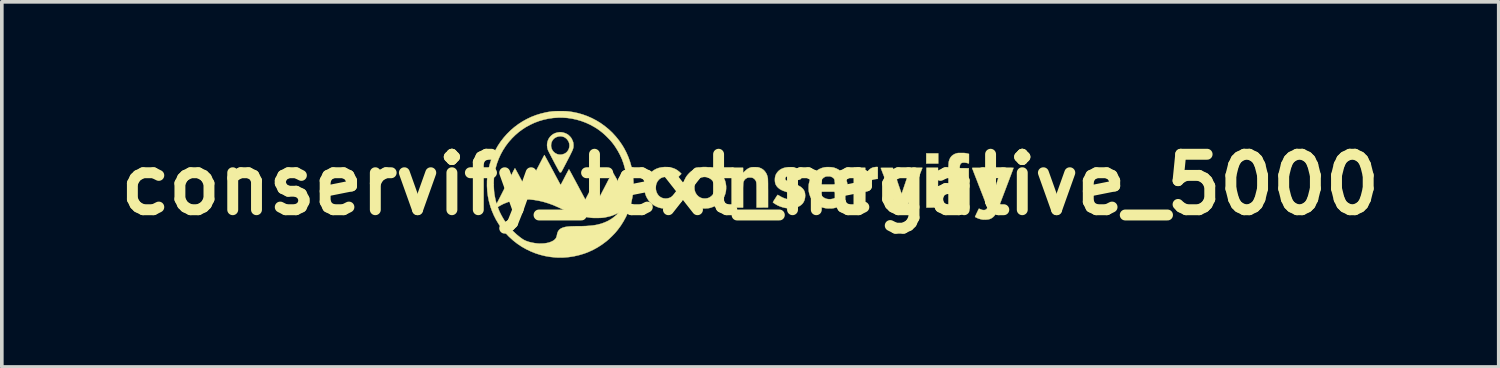
<source format=kicad_pcb>
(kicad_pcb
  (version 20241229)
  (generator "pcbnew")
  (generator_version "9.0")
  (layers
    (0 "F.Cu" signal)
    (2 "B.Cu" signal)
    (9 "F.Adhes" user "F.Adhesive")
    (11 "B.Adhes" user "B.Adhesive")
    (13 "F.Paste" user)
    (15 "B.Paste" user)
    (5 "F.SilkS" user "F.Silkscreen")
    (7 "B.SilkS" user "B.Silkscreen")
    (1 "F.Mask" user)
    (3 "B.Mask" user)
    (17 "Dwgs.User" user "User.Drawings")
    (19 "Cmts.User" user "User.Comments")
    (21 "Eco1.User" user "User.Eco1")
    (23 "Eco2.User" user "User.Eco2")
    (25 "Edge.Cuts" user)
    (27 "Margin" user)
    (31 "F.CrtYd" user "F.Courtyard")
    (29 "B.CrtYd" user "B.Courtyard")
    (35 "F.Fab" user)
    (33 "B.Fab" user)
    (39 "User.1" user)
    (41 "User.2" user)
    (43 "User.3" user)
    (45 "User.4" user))
  (footprint "conservify_text_negative_5000"
    (layer "F.Cu")
    (at 17.57 2.024)
    (property "Reference" "conservify_text_negative_5000" (at 0 0 0) (layer "F.SilkS") (effects (font (size 1.524 1.524) (thickness 0.3))))
    (attr through_hole)
    (fp_poly (pts (xy 5.166 -0.579) (xy 4.836 -0.579) (xy 4.836 -0.859) (xy 5.166 -0.859) (xy 5.166 -0.579)) (stroke (width 0.01) (type solid)) (fill yes) (layer "F.SilkS"))
    (fp_poly (pts (xy 5.158 0.083) (xy 5.156 0.627) (xy 4.999 0.629) (xy 4.841 0.63) (xy 4.841 -0.462) (xy 5 -0.462) (xy 5.159 -0.462) (xy 5.158 0.083)) (stroke (width 0.01) (type solid)) (fill yes) (layer "F.SilkS"))
    (fp_poly (pts (xy 3.492 -0.485) (xy 3.505 -0.481) (xy 3.505 -0.159) (xy 3.462 -0.155) (xy 3.402 -0.146) (xy 3.348 -0.13) (xy 3.3 -0.106) (xy 3.26 -0.075) (xy 3.226 -0.035) (xy 3.198 0.012) (xy 3.177 0.067) (xy 3.174 0.079) (xy 3.171 0.088) (xy 3.169 0.098) (xy 3.168 0.108) (xy 3.166 0.12) (xy 3.165 0.134) (xy 3.164 0.153) (xy 3.163 0.176) (xy 3.163 0.204) (xy 3.162 0.239) (xy 3.162 0.282) (xy 3.161 0.333) (xy 3.161 0.375) (xy 3.159 0.63) (xy 2.845 0.63) (xy 2.845 -0.462) (xy 3.16 -0.462) (xy 3.16 -0.262) (xy 3.177 -0.293) (xy 3.207 -0.341) (xy 3.241 -0.383) (xy 3.278 -0.419) (xy 3.317 -0.447) (xy 3.357 -0.466) (xy 3.368 -0.469) (xy 3.389 -0.475) (xy 3.413 -0.479) (xy 3.439 -0.483) (xy 3.463 -0.485) (xy 3.482 -0.486) (xy 3.492 -0.485)) (stroke (width 0.01) (type solid)) (fill yes) (layer "F.SilkS"))
    (fp_poly (pts (xy 5.801 -0.87) (xy 5.841 -0.87) (xy 5.873 -0.869) (xy 5.9 -0.867) (xy 5.926 -0.863) (xy 5.952 -0.858) (xy 5.981 -0.851) (xy 5.988 -0.849) (xy 6.01 -0.843) (xy 6.01 -0.71) (xy 6.01 -0.67) (xy 6.009 -0.639) (xy 6.009 -0.616) (xy 6.008 -0.6) (xy 6.007 -0.59) (xy 6.006 -0.584) (xy 6.004 -0.581) (xy 6.002 -0.581) (xy 6.001 -0.582) (xy 5.974 -0.59) (xy 5.942 -0.598) (xy 5.908 -0.603) (xy 5.877 -0.606) (xy 5.84 -0.604) (xy 5.81 -0.596) (xy 5.788 -0.581) (xy 5.772 -0.559) (xy 5.762 -0.529) (xy 5.757 -0.494) (xy 5.754 -0.452) (xy 5.88 -0.451) (xy 6.005 -0.45) (xy 6.005 -0.196) (xy 5.883 -0.194) (xy 5.761 -0.193) (xy 5.761 0.63) (xy 5.446 0.63) (xy 5.446 -0.193) (xy 5.319 -0.193) (xy 5.319 -0.452) (xy 5.444 -0.452) (xy 5.447 -0.527) (xy 5.449 -0.56) (xy 5.451 -0.592) (xy 5.455 -0.62) (xy 5.458 -0.64) (xy 5.475 -0.694) (xy 5.499 -0.741) (xy 5.53 -0.781) (xy 5.569 -0.814) (xy 5.615 -0.841) (xy 5.669 -0.86) (xy 5.669 -0.86) (xy 5.684 -0.864) (xy 5.7 -0.867) (xy 5.717 -0.869) (xy 5.738 -0.87) (xy 5.765 -0.87) (xy 5.801 -0.87) (xy 5.801 -0.87)) (stroke (width 0.01) (type solid)) (fill yes) (layer "F.SilkS"))
    (fp_poly (pts (xy 4.718 -0.433) (xy 4.715 -0.424) (xy 4.708 -0.407) (xy 4.698 -0.381) (xy 4.685 -0.348) (xy 4.669 -0.308) (xy 4.651 -0.262) (xy 4.631 -0.211) (xy 4.609 -0.154) (xy 4.585 -0.093) (xy 4.56 -0.028) (xy 4.534 0.039) (xy 4.506 0.109) (xy 4.503 0.117) (xy 4.3 0.638) (xy 4.156 0.639) (xy 4.114 0.639) (xy 4.081 0.639) (xy 4.056 0.639) (xy 4.038 0.639) (xy 4.025 0.638) (xy 4.017 0.637) (xy 4.013 0.635) (xy 4.01 0.633) (xy 4.01 0.631) (xy 4.007 0.625) (xy 4.002 0.611) (xy 3.993 0.588) (xy 3.981 0.557) (xy 3.966 0.52) (xy 3.949 0.476) (xy 3.93 0.426) (xy 3.908 0.371) (xy 3.885 0.311) (xy 3.86 0.247) (xy 3.834 0.18) (xy 3.807 0.111) (xy 3.796 0.085) (xy 3.769 0.014) (xy 3.742 -0.054) (xy 3.717 -0.119) (xy 3.694 -0.18) (xy 3.672 -0.236) (xy 3.652 -0.287) (xy 3.634 -0.333) (xy 3.619 -0.373) (xy 3.606 -0.406) (xy 3.596 -0.431) (xy 3.59 -0.448) (xy 3.587 -0.457) (xy 3.586 -0.458) (xy 3.591 -0.459) (xy 3.606 -0.46) (xy 3.629 -0.461) (xy 3.659 -0.461) (xy 3.696 -0.461) (xy 3.74 -0.461) (xy 3.752 -0.461) (xy 3.918 -0.46) (xy 4.038 -0.102) (xy 4.059 -0.037) (xy 4.079 0.022) (xy 4.098 0.076) (xy 4.114 0.124) (xy 4.128 0.164) (xy 4.14 0.197) (xy 4.149 0.223) (xy 4.156 0.24) (xy 4.16 0.248) (xy 4.16 0.248) (xy 4.163 0.243) (xy 4.168 0.228) (xy 4.176 0.205) (xy 4.186 0.175) (xy 4.198 0.138) (xy 4.213 0.096) (xy 4.229 0.048) (xy 4.246 -0.003) (xy 4.265 -0.058) (xy 4.282 -0.11) (xy 4.401 -0.462) (xy 4.729 -0.462) (xy 4.718 -0.433)) (stroke (width 0.01) (type solid)) (fill yes) (layer "F.SilkS"))
    (fp_poly (pts (xy 0.153 -0.48) (xy 0.178 -0.479) (xy 0.197 -0.478) (xy 0.213 -0.476) (xy 0.228 -0.473) (xy 0.243 -0.468) (xy 0.244 -0.468) (xy 0.289 -0.451) (xy 0.328 -0.43) (xy 0.364 -0.403) (xy 0.379 -0.389) (xy 0.417 -0.344) (xy 0.447 -0.294) (xy 0.469 -0.236) (xy 0.482 -0.177) (xy 0.483 -0.165) (xy 0.484 -0.144) (xy 0.485 -0.113) (xy 0.486 -0.074) (xy 0.487 -0.026) (xy 0.487 0.029) (xy 0.487 0.092) (xy 0.488 0.162) (xy 0.488 0.239) (xy 0.488 0.241) (xy 0.488 0.627) (xy 0.33 0.629) (xy 0.173 0.63) (xy 0.173 0.298) (xy 0.173 0.229) (xy 0.173 0.169) (xy 0.172 0.118) (xy 0.172 0.074) (xy 0.172 0.038) (xy 0.171 0.007) (xy 0.17 -0.018) (xy 0.168 -0.038) (xy 0.166 -0.055) (xy 0.164 -0.068) (xy 0.161 -0.08) (xy 0.158 -0.09) (xy 0.154 -0.099) (xy 0.149 -0.109) (xy 0.147 -0.112) (xy 0.127 -0.141) (xy 0.1 -0.166) (xy 0.072 -0.182) (xy 0.057 -0.188) (xy 0.044 -0.192) (xy 0.028 -0.195) (xy 0.008 -0.195) (xy -0.01 -0.196) (xy -0.036 -0.195) (xy -0.054 -0.194) (xy -0.068 -0.191) (xy -0.082 -0.187) (xy -0.092 -0.182) (xy -0.126 -0.162) (xy -0.152 -0.138) (xy -0.169 -0.113) (xy -0.175 -0.103) (xy -0.179 -0.093) (xy -0.184 -0.083) (xy -0.187 -0.072) (xy -0.19 -0.059) (xy -0.192 -0.044) (xy -0.194 -0.026) (xy -0.195 -0.003) (xy -0.196 0.024) (xy -0.197 0.058) (xy -0.198 0.098) (xy -0.198 0.145) (xy -0.198 0.2) (xy -0.198 0.265) (xy -0.198 0.301) (xy -0.198 0.63) (xy -0.513 0.63) (xy -0.513 -0.462) (xy -0.198 -0.462) (xy -0.198 -0.392) (xy -0.198 -0.323) (xy -0.148 -0.371) (xy -0.116 -0.401) (xy -0.087 -0.424) (xy -0.059 -0.442) (xy -0.029 -0.457) (xy -0.004 -0.466) (xy 0.01 -0.471) (xy 0.023 -0.475) (xy 0.036 -0.478) (xy 0.052 -0.479) (xy 0.072 -0.48) (xy 0.1 -0.48) (xy 0.119 -0.48) (xy 0.153 -0.48)) (stroke (width 0.01) (type solid)) (fill yes) (layer "F.SilkS"))
    (fp_poly (pts (xy -2.253 -0.48) (xy -2.183 -0.469) (xy -2.119 -0.452) (xy -2.06 -0.428) (xy -2.005 -0.395) (xy -1.952 -0.354) (xy -1.926 -0.33) (xy -1.894 -0.298) (xy -1.924 -0.267) (xy -1.937 -0.253) (xy -1.956 -0.234) (xy -1.978 -0.211) (xy -2.001 -0.186) (xy -2.021 -0.164) (xy -2.089 -0.092) (xy -2.124 -0.123) (xy -2.163 -0.156) (xy -2.2 -0.18) (xy -2.237 -0.197) (xy -2.277 -0.207) (xy -2.311 -0.211) (xy -2.362 -0.211) (xy -2.41 -0.201) (xy -2.455 -0.181) (xy -2.495 -0.153) (xy -2.516 -0.132) (xy -2.549 -0.091) (xy -2.573 -0.045) (xy -2.589 0.005) (xy -2.597 0.061) (xy -2.597 0.086) (xy -2.593 0.144) (xy -2.58 0.197) (xy -2.558 0.246) (xy -2.529 0.289) (xy -2.512 0.308) (xy -2.475 0.338) (xy -2.436 0.36) (xy -2.392 0.375) (xy -2.343 0.381) (xy -2.319 0.382) (xy -2.27 0.377) (xy -2.224 0.365) (xy -2.178 0.344) (xy -2.132 0.314) (xy -2.116 0.301) (xy -2.101 0.289) (xy -2.088 0.278) (xy -2.08 0.272) (xy -2.079 0.272) (xy -2.075 0.272) (xy -2.069 0.275) (xy -2.058 0.283) (xy -2.044 0.297) (xy -2.025 0.316) (xy -1.999 0.341) (xy -1.981 0.36) (xy -1.889 0.454) (xy -1.919 0.484) (xy -1.961 0.522) (xy -2.007 0.558) (xy -2.056 0.589) (xy -2.103 0.614) (xy -2.138 0.627) (xy -2.181 0.639) (xy -2.231 0.647) (xy -2.284 0.653) (xy -2.338 0.655) (xy -2.389 0.654) (xy -2.434 0.649) (xy -2.441 0.648) (xy -2.514 0.63) (xy -2.583 0.603) (xy -2.648 0.569) (xy -2.707 0.527) (xy -2.759 0.478) (xy -2.794 0.436) (xy -2.834 0.374) (xy -2.866 0.309) (xy -2.889 0.241) (xy -2.903 0.171) (xy -2.909 0.1) (xy -2.906 0.029) (xy -2.895 -0.041) (xy -2.876 -0.11) (xy -2.848 -0.175) (xy -2.813 -0.237) (xy -2.769 -0.294) (xy -2.718 -0.346) (xy -2.708 -0.354) (xy -2.649 -0.397) (xy -2.586 -0.432) (xy -2.519 -0.457) (xy -2.447 -0.474) (xy -2.371 -0.482) (xy -2.329 -0.483) (xy -2.253 -0.48)) (stroke (width 0.01) (type solid)) (fill yes) (layer "F.SilkS"))
    (fp_poly (pts (xy -1.207 -0.482) (xy -1.167 -0.479) (xy -1.139 -0.475) (xy -1.063 -0.456) (xy -0.992 -0.429) (xy -0.926 -0.394) (xy -0.866 -0.351) (xy -0.813 -0.302) (xy -0.767 -0.246) (xy -0.728 -0.185) (xy -0.698 -0.117) (xy -0.691 -0.099) (xy -0.674 -0.03) (xy -0.664 0.041) (xy -0.664 0.113) (xy -0.671 0.184) (xy -0.687 0.253) (xy -0.712 0.318) (xy -0.721 0.337) (xy -0.761 0.404) (xy -0.808 0.463) (xy -0.862 0.515) (xy -0.922 0.56) (xy -0.989 0.597) (xy -1.062 0.625) (xy -1.103 0.638) (xy -1.126 0.643) (xy -1.147 0.647) (xy -1.169 0.65) (xy -1.195 0.652) (xy -1.227 0.653) (xy -1.24 0.653) (xy -1.286 0.653) (xy -1.324 0.652) (xy -1.354 0.649) (xy -1.365 0.648) (xy -1.441 0.629) (xy -1.512 0.603) (xy -1.578 0.569) (xy -1.638 0.527) (xy -1.691 0.478) (xy -1.738 0.423) (xy -1.777 0.363) (xy -1.808 0.297) (xy -1.83 0.227) (xy -1.844 0.152) (xy -1.845 0.144) (xy -1.847 0.091) (xy -1.536 0.091) (xy -1.53 0.144) (xy -1.517 0.194) (xy -1.495 0.241) (xy -1.466 0.282) (xy -1.459 0.29) (xy -1.429 0.32) (xy -1.398 0.342) (xy -1.364 0.36) (xy -1.355 0.364) (xy -1.318 0.375) (xy -1.276 0.381) (xy -1.232 0.381) (xy -1.19 0.376) (xy -1.154 0.367) (xy -1.107 0.344) (xy -1.066 0.313) (xy -1.032 0.277) (xy -1.009 0.238) (xy -0.992 0.199) (xy -0.982 0.163) (xy -0.977 0.124) (xy -0.975 0.089) (xy -0.979 0.031) (xy -0.992 -0.021) (xy -1.013 -0.068) (xy -1.042 -0.11) (xy -1.06 -0.13) (xy -1.102 -0.164) (xy -1.147 -0.189) (xy -1.196 -0.205) (xy -1.246 -0.212) (xy -1.298 -0.209) (xy -1.35 -0.197) (xy -1.397 -0.178) (xy -1.419 -0.163) (xy -1.443 -0.143) (xy -1.466 -0.118) (xy -1.487 -0.092) (xy -1.502 -0.067) (xy -1.502 -0.066) (xy -1.522 -0.015) (xy -1.533 0.038) (xy -1.536 0.091) (xy -1.847 0.091) (xy -1.848 0.072) (xy -1.841 -0.001) (xy -1.825 -0.072) (xy -1.801 -0.141) (xy -1.768 -0.205) (xy -1.752 -0.229) (xy -1.731 -0.257) (xy -1.704 -0.288) (xy -1.675 -0.319) (xy -1.645 -0.347) (xy -1.621 -0.366) (xy -1.57 -0.4) (xy -1.512 -0.429) (xy -1.45 -0.453) (xy -1.387 -0.471) (xy -1.367 -0.476) (xy -1.333 -0.48) (xy -1.293 -0.483) (xy -1.25 -0.483) (xy -1.207 -0.482)) (stroke (width 0.01) (type solid)) (fill yes) (layer "F.SilkS"))
    (fp_poly (pts (xy -5.181 -1.439) (xy -5.126 -1.427) (xy -5.069 -1.406) (xy -5.055 -1.399) (xy -5.031 -1.386) (xy -5.01 -1.373) (xy -4.991 -1.358) (xy -4.97 -1.337) (xy -4.965 -1.333) (xy -4.945 -1.312) (xy -4.93 -1.294) (xy -4.917 -1.276) (xy -4.905 -1.253) (xy -4.898 -1.239) (xy -4.882 -1.204) (xy -4.871 -1.174) (xy -4.864 -1.147) (xy -4.861 -1.117) (xy -4.859 -1.083) (xy -4.859 -1.074) (xy -4.86 -1.057) (xy -4.861 -1.041) (xy -4.862 -1.026) (xy -4.865 -1.01) (xy -4.87 -0.992) (xy -4.876 -0.973) (xy -4.884 -0.951) (xy -4.895 -0.926) (xy -4.909 -0.896) (xy -4.926 -0.862) (xy -4.946 -0.821) (xy -4.969 -0.775) (xy -4.997 -0.721) (xy -5.029 -0.659) (xy -5.04 -0.638) (xy -5.066 -0.587) (xy -5.091 -0.54) (xy -5.114 -0.496) (xy -5.135 -0.456) (xy -5.154 -0.42) (xy -5.17 -0.391) (xy -5.182 -0.368) (xy -5.191 -0.352) (xy -5.195 -0.345) (xy -5.196 -0.344) (xy -5.208 -0.337) (xy -5.223 -0.336) (xy -5.237 -0.341) (xy -5.239 -0.342) (xy -5.244 -0.349) (xy -5.253 -0.364) (xy -5.265 -0.386) (xy -5.281 -0.415) (xy -5.299 -0.449) (xy -5.32 -0.487) (xy -5.342 -0.528) (xy -5.366 -0.572) (xy -5.39 -0.618) (xy -5.414 -0.664) (xy -5.438 -0.71) (xy -5.462 -0.755) (xy -5.484 -0.798) (xy -5.504 -0.837) (xy -5.523 -0.873) (xy -5.538 -0.903) (xy -5.55 -0.928) (xy -5.559 -0.946) (xy -5.563 -0.956) (xy -5.579 -1.018) (xy -5.585 -1.078) (xy -5.585 -1.087) (xy -5.475 -1.087) (xy -5.473 -1.04) (xy -5.462 -0.995) (xy -5.443 -0.954) (xy -5.418 -0.917) (xy -5.387 -0.885) (xy -5.35 -0.859) (xy -5.309 -0.839) (xy -5.265 -0.827) (xy -5.217 -0.824) (xy -5.168 -0.829) (xy -5.162 -0.831) (xy -5.114 -0.847) (xy -5.071 -0.871) (xy -5.036 -0.903) (xy -5.007 -0.941) (xy -4.986 -0.985) (xy -4.973 -1.035) (xy -4.973 -1.039) (xy -4.97 -1.088) (xy -4.977 -1.135) (xy -4.992 -1.179) (xy -5.015 -1.218) (xy -5.043 -1.253) (xy -5.077 -1.283) (xy -5.116 -1.306) (xy -5.159 -1.321) (xy -5.205 -1.329) (xy -5.252 -1.327) (xy -5.271 -1.324) (xy -5.321 -1.309) (xy -5.366 -1.287) (xy -5.403 -1.257) (xy -5.433 -1.22) (xy -5.456 -1.177) (xy -5.469 -1.137) (xy -5.475 -1.087) (xy -5.585 -1.087) (xy -5.582 -1.137) (xy -5.569 -1.194) (xy -5.546 -1.249) (xy -5.537 -1.266) (xy -5.503 -1.314) (xy -5.462 -1.355) (xy -5.415 -1.389) (xy -5.364 -1.414) (xy -5.352 -1.418) (xy -5.293 -1.434) (xy -5.236 -1.441) (xy -5.181 -1.439)) (stroke (width 0.01) (type solid)) (fill yes) (layer "F.SilkS"))
    (fp_poly (pts (xy 7.11 -0.462) (xy 7.146 -0.462) (xy 7.177 -0.462) (xy 7.203 -0.461) (xy 7.222 -0.461) (xy 7.232 -0.461) (xy 7.234 -0.46) (xy 7.232 -0.454) (xy 7.227 -0.44) (xy 7.219 -0.417) (xy 7.208 -0.387) (xy 7.194 -0.35) (xy 7.178 -0.308) (xy 7.16 -0.259) (xy 7.14 -0.207) (xy 7.119 -0.15) (xy 7.096 -0.09) (xy 7.072 -0.027) (xy 7.048 0.037) (xy 7.023 0.103) (xy 6.998 0.169) (xy 6.973 0.235) (xy 6.948 0.3) (xy 6.924 0.363) (xy 6.901 0.424) (xy 6.879 0.482) (xy 6.858 0.537) (xy 6.839 0.587) (xy 6.821 0.632) (xy 6.806 0.671) (xy 6.793 0.704) (xy 6.783 0.729) (xy 6.776 0.747) (xy 6.772 0.756) (xy 6.772 0.757) (xy 6.74 0.813) (xy 6.705 0.86) (xy 6.667 0.897) (xy 6.626 0.925) (xy 6.581 0.945) (xy 6.556 0.952) (xy 6.519 0.958) (xy 6.477 0.961) (xy 6.434 0.962) (xy 6.395 0.961) (xy 6.386 0.96) (xy 6.333 0.95) (xy 6.28 0.935) (xy 6.264 0.929) (xy 6.242 0.92) (xy 6.221 0.91) (xy 6.202 0.901) (xy 6.187 0.893) (xy 6.179 0.887) (xy 6.177 0.885) (xy 6.179 0.879) (xy 6.185 0.865) (xy 6.194 0.846) (xy 6.205 0.822) (xy 6.217 0.795) (xy 6.23 0.768) (xy 6.244 0.74) (xy 6.256 0.714) (xy 6.267 0.692) (xy 6.276 0.675) (xy 6.282 0.664) (xy 6.285 0.66) (xy 6.292 0.663) (xy 6.304 0.668) (xy 6.315 0.673) (xy 6.356 0.69) (xy 6.396 0.699) (xy 6.434 0.699) (xy 6.454 0.695) (xy 6.471 0.688) (xy 6.488 0.675) (xy 6.503 0.659) (xy 6.513 0.644) (xy 6.515 0.639) (xy 6.514 0.632) (xy 6.509 0.616) (xy 6.5 0.59) (xy 6.487 0.555) (xy 6.47 0.51) (xy 6.45 0.456) (xy 6.426 0.393) (xy 6.398 0.32) (xy 6.366 0.238) (xy 6.33 0.147) (xy 6.307 0.087) (xy 6.279 0.016) (xy 6.253 -0.052) (xy 6.228 -0.117) (xy 6.204 -0.178) (xy 6.182 -0.234) (xy 6.162 -0.286) (xy 6.144 -0.332) (xy 6.129 -0.372) (xy 6.116 -0.405) (xy 6.106 -0.43) (xy 6.1 -0.448) (xy 6.096 -0.457) (xy 6.096 -0.458) (xy 6.101 -0.459) (xy 6.115 -0.46) (xy 6.138 -0.461) (xy 6.169 -0.461) (xy 6.206 -0.461) (xy 6.25 -0.461) (xy 6.262 -0.461) (xy 6.428 -0.46) (xy 6.55 -0.095) (xy 6.671 0.271) (xy 6.754 0.012) (xy 6.772 -0.041) (xy 6.789 -0.096) (xy 6.806 -0.149) (xy 6.822 -0.2) (xy 6.838 -0.247) (xy 6.851 -0.289) (xy 6.862 -0.325) (xy 6.871 -0.352) (xy 6.872 -0.354) (xy 6.906 -0.462) (xy 7.07 -0.462) (xy 7.11 -0.462)) (stroke (width 0.01) (type solid)) (fill yes) (layer "F.SilkS"))
    (fp_poly (pts (xy 2.189 -0.481) (xy 2.23 -0.478) (xy 2.267 -0.473) (xy 2.294 -0.468) (xy 2.36 -0.445) (xy 2.421 -0.414) (xy 2.477 -0.375) (xy 2.526 -0.328) (xy 2.569 -0.274) (xy 2.606 -0.212) (xy 2.635 -0.144) (xy 2.658 -0.069) (xy 2.663 -0.046) (xy 2.666 -0.026) (xy 2.669 -0.001) (xy 2.671 0.029) (xy 2.674 0.06) (xy 2.675 0.092) (xy 2.676 0.122) (xy 2.677 0.148) (xy 2.676 0.169) (xy 2.675 0.182) (xy 2.674 0.185) (xy 2.673 0.186) (xy 2.67 0.188) (xy 2.665 0.189) (xy 2.657 0.19) (xy 2.646 0.191) (xy 2.63 0.191) (xy 2.609 0.192) (xy 2.583 0.192) (xy 2.55 0.193) (xy 2.51 0.193) (xy 2.463 0.193) (xy 2.407 0.193) (xy 2.342 0.193) (xy 2.293 0.193) (xy 2.232 0.193) (xy 2.174 0.193) (xy 2.12 0.193) (xy 2.071 0.193) (xy 2.027 0.193) (xy 1.989 0.194) (xy 1.958 0.194) (xy 1.935 0.194) (xy 1.92 0.194) (xy 1.915 0.194) (xy 1.915 0.194) (xy 1.918 0.205) (xy 1.923 0.221) (xy 1.931 0.241) (xy 1.939 0.26) (xy 1.947 0.276) (xy 1.973 0.315) (xy 2.007 0.348) (xy 2.047 0.372) (xy 2.092 0.39) (xy 2.144 0.399) (xy 2.2 0.4) (xy 2.202 0.4) (xy 2.257 0.392) (xy 2.31 0.376) (xy 2.361 0.351) (xy 2.411 0.315) (xy 2.415 0.312) (xy 2.443 0.289) (xy 2.532 0.367) (xy 2.557 0.389) (xy 2.58 0.409) (xy 2.598 0.427) (xy 2.612 0.44) (xy 2.62 0.448) (xy 2.621 0.45) (xy 2.617 0.456) (xy 2.608 0.468) (xy 2.593 0.482) (xy 2.576 0.5) (xy 2.556 0.518) (xy 2.536 0.535) (xy 2.518 0.55) (xy 2.502 0.562) (xy 2.5 0.564) (xy 2.439 0.599) (xy 2.372 0.626) (xy 2.3 0.645) (xy 2.268 0.65) (xy 2.238 0.653) (xy 2.202 0.654) (xy 2.162 0.654) (xy 2.123 0.653) (xy 2.087 0.65) (xy 2.065 0.647) (xy 1.99 0.63) (xy 1.921 0.605) (xy 1.858 0.57) (xy 1.799 0.527) (xy 1.77 0.501) (xy 1.72 0.447) (xy 1.678 0.387) (xy 1.646 0.321) (xy 1.622 0.251) (xy 1.61 0.198) (xy 1.606 0.168) (xy 1.604 0.131) (xy 1.603 0.09) (xy 1.604 0.049) (xy 1.606 0.01) (xy 1.608 -0.005) (xy 1.911 -0.005) (xy 2.139 -0.005) (xy 2.193 -0.005) (xy 2.238 -0.005) (xy 2.275 -0.005) (xy 2.304 -0.006) (xy 2.326 -0.006) (xy 2.342 -0.007) (xy 2.354 -0.008) (xy 2.361 -0.009) (xy 2.365 -0.01) (xy 2.367 -0.012) (xy 2.367 -0.014) (xy 2.365 -0.029) (xy 2.36 -0.049) (xy 2.352 -0.073) (xy 2.344 -0.095) (xy 2.341 -0.102) (xy 2.317 -0.144) (xy 2.288 -0.177) (xy 2.253 -0.203) (xy 2.216 -0.219) (xy 2.198 -0.224) (xy 2.181 -0.227) (xy 2.161 -0.228) (xy 2.136 -0.228) (xy 2.132 -0.228) (xy 2.106 -0.227) (xy 2.088 -0.224) (xy 2.073 -0.221) (xy 2.058 -0.215) (xy 2.046 -0.21) (xy 2.009 -0.186) (xy 1.977 -0.153) (xy 1.95 -0.113) (xy 1.928 -0.066) (xy 1.914 -0.017) (xy 1.911 -0.005) (xy 1.608 -0.005) (xy 1.61 -0.022) (xy 1.612 -0.031) (xy 1.631 -0.106) (xy 1.659 -0.176) (xy 1.694 -0.24) (xy 1.737 -0.298) (xy 1.785 -0.349) (xy 1.841 -0.393) (xy 1.901 -0.429) (xy 1.967 -0.457) (xy 2.037 -0.475) (xy 2.067 -0.479) (xy 2.105 -0.482) (xy 2.146 -0.482) (xy 2.189 -0.481)) (stroke (width 0.01) (type solid)) (fill yes) (layer "F.SilkS"))
    (fp_poly (pts (xy 1.111 -0.48) (xy 1.181 -0.472) (xy 1.254 -0.456) (xy 1.328 -0.433) (xy 1.331 -0.432) (xy 1.352 -0.424) (xy 1.377 -0.413) (xy 1.402 -0.4) (xy 1.427 -0.388) (xy 1.449 -0.376) (xy 1.466 -0.365) (xy 1.477 -0.357) (xy 1.48 -0.355) (xy 1.479 -0.349) (xy 1.474 -0.335) (xy 1.465 -0.314) (xy 1.45 -0.285) (xy 1.43 -0.248) (xy 1.427 -0.244) (xy 1.411 -0.214) (xy 1.396 -0.188) (xy 1.384 -0.166) (xy 1.375 -0.149) (xy 1.369 -0.14) (xy 1.368 -0.138) (xy 1.363 -0.139) (xy 1.351 -0.144) (xy 1.333 -0.152) (xy 1.31 -0.163) (xy 1.297 -0.169) (xy 1.268 -0.182) (xy 1.24 -0.195) (xy 1.213 -0.206) (xy 1.192 -0.214) (xy 1.188 -0.215) (xy 1.142 -0.228) (xy 1.1 -0.235) (xy 1.061 -0.236) (xy 1.028 -0.232) (xy 1 -0.223) (xy 0.979 -0.209) (xy 0.966 -0.191) (xy 0.96 -0.168) (xy 0.96 -0.165) (xy 0.963 -0.144) (xy 0.973 -0.128) (xy 0.989 -0.114) (xy 1.014 -0.099) (xy 1.049 -0.082) (xy 1.093 -0.064) (xy 1.148 -0.044) (xy 1.163 -0.038) (xy 1.225 -0.016) (xy 1.277 0.004) (xy 1.321 0.025) (xy 1.358 0.045) (xy 1.39 0.065) (xy 1.4 0.073) (xy 1.439 0.108) (xy 1.469 0.146) (xy 1.49 0.187) (xy 1.503 0.233) (xy 1.508 0.285) (xy 1.509 0.302) (xy 1.504 0.364) (xy 1.491 0.42) (xy 1.47 0.47) (xy 1.441 0.515) (xy 1.403 0.554) (xy 1.357 0.586) (xy 1.304 0.613) (xy 1.243 0.633) (xy 1.197 0.642) (xy 1.173 0.645) (xy 1.143 0.648) (xy 1.108 0.649) (xy 1.073 0.65) (xy 1.041 0.649) (xy 1.014 0.648) (xy 1.003 0.647) (xy 0.943 0.636) (xy 0.88 0.62) (xy 0.818 0.599) (xy 0.764 0.576) (xy 0.744 0.566) (xy 0.722 0.554) (xy 0.697 0.539) (xy 0.674 0.525) (xy 0.653 0.511) (xy 0.636 0.499) (xy 0.625 0.49) (xy 0.622 0.487) (xy 0.624 0.482) (xy 0.631 0.47) (xy 0.641 0.452) (xy 0.654 0.43) (xy 0.669 0.406) (xy 0.686 0.38) (xy 0.702 0.355) (xy 0.717 0.331) (xy 0.731 0.31) (xy 0.742 0.294) (xy 0.75 0.284) (xy 0.752 0.282) (xy 0.758 0.283) (xy 0.77 0.29) (xy 0.787 0.299) (xy 0.806 0.311) (xy 0.866 0.345) (xy 0.927 0.372) (xy 0.987 0.392) (xy 0.987 0.392) (xy 1.01 0.398) (xy 1.032 0.401) (xy 1.057 0.403) (xy 1.089 0.404) (xy 1.095 0.404) (xy 1.123 0.404) (xy 1.143 0.403) (xy 1.157 0.401) (xy 1.168 0.399) (xy 1.178 0.395) (xy 1.183 0.392) (xy 1.205 0.375) (xy 1.219 0.353) (xy 1.224 0.327) (xy 1.224 0.327) (xy 1.222 0.309) (xy 1.213 0.292) (xy 1.197 0.277) (xy 1.174 0.263) (xy 1.143 0.249) (xy 1.102 0.234) (xy 1.095 0.232) (xy 1.046 0.216) (xy 1.006 0.204) (xy 0.973 0.193) (xy 0.947 0.184) (xy 0.926 0.177) (xy 0.909 0.171) (xy 0.896 0.166) (xy 0.884 0.161) (xy 0.873 0.156) (xy 0.871 0.155) (xy 0.815 0.125) (xy 0.769 0.089) (xy 0.746 0.066) (xy 0.718 0.031) (xy 0.697 -0.007) (xy 0.684 -0.048) (xy 0.677 -0.094) (xy 0.676 -0.132) (xy 0.678 -0.182) (xy 0.686 -0.226) (xy 0.699 -0.265) (xy 0.706 -0.282) (xy 0.736 -0.33) (xy 0.772 -0.372) (xy 0.816 -0.408) (xy 0.865 -0.436) (xy 0.92 -0.458) (xy 0.98 -0.472) (xy 1.043 -0.48) (xy 1.111 -0.48)) (stroke (width 0.01) (type solid)) (fill yes) (layer "F.SilkS"))
    (fp_poly (pts (xy -5.169 -2.019) (xy -5.125 -2.019) (xy -5.086 -2.018) (xy -5.052 -2.016) (xy -5.02 -2.014) (xy -4.988 -2.01) (xy -4.955 -2.006) (xy -4.918 -2) (xy -4.878 -1.994) (xy -4.742 -1.966) (xy -4.608 -1.928) (xy -4.478 -1.881) (xy -4.351 -1.825) (xy -4.229 -1.761) (xy -4.111 -1.689) (xy -3.999 -1.608) (xy -3.891 -1.52) (xy -3.79 -1.425) (xy -3.696 -1.322) (xy -3.608 -1.213) (xy -3.528 -1.098) (xy -3.474 -1.01) (xy -3.407 -0.883) (xy -3.35 -0.753) (xy -3.303 -0.621) (xy -3.265 -0.486) (xy -3.237 -0.348) (xy -3.219 -0.207) (xy -3.21 -0.063) (xy -3.211 0.077) (xy -3.221 0.217) (xy -3.242 0.356) (xy -3.271 0.492) (xy -3.311 0.626) (xy -3.359 0.757) (xy -3.417 0.884) (xy -3.484 1.008) (xy -3.559 1.127) (xy -3.643 1.241) (xy -3.699 1.308) (xy -3.728 1.341) (xy -3.764 1.378) (xy -3.803 1.418) (xy -3.845 1.458) (xy -3.885 1.496) (xy -3.924 1.53) (xy -3.958 1.559) (xy -3.96 1.56) (xy -4.075 1.646) (xy -4.194 1.723) (xy -4.318 1.791) (xy -4.446 1.85) (xy -4.567 1.896) (xy -4.705 1.937) (xy -4.844 1.969) (xy -4.985 1.991) (xy -5.126 2.003) (xy -5.268 2.005) (xy -5.357 2.001) (xy -5.498 1.986) (xy -5.638 1.962) (xy -5.775 1.928) (xy -5.909 1.885) (xy -6.039 1.832) (xy -6.166 1.771) (xy -6.288 1.701) (xy -6.405 1.622) (xy -6.516 1.535) (xy -6.622 1.439) (xy -6.647 1.415) (xy -6.744 1.311) (xy -6.833 1.201) (xy -6.913 1.086) (xy -6.985 0.967) (xy -7.048 0.843) (xy -7.102 0.716) (xy -7.136 0.618) (xy -6.938 0.618) (xy -6.937 0.625) (xy -6.932 0.64) (xy -6.924 0.661) (xy -6.914 0.687) (xy -6.902 0.716) (xy -6.889 0.747) (xy -6.874 0.778) (xy -6.86 0.806) (xy -6.842 0.841) (xy -6.821 0.879) (xy -6.798 0.919) (xy -6.775 0.957) (xy -6.754 0.991) (xy -6.739 1.013) (xy -6.669 1.109) (xy -6.592 1.201) (xy -6.509 1.289) (xy -6.421 1.371) (xy -6.33 1.445) (xy -6.255 1.499) (xy -6.207 1.527) (xy -6.149 1.552) (xy -6.083 1.574) (xy -6.009 1.592) (xy -5.929 1.607) (xy -5.847 1.617) (xy -5.82 1.619) (xy -5.787 1.62) (xy -5.75 1.619) (xy -5.713 1.618) (xy -5.678 1.616) (xy -5.661 1.615) (xy -5.594 1.605) (xy -5.532 1.591) (xy -5.477 1.571) (xy -5.428 1.548) (xy -5.388 1.521) (xy -5.362 1.496) (xy -5.342 1.47) (xy -5.328 1.44) (xy -5.317 1.404) (xy -5.314 1.385) (xy -5.303 1.336) (xy -5.288 1.296) (xy -5.269 1.263) (xy -5.244 1.235) (xy -5.216 1.213) (xy -5.189 1.198) (xy -5.159 1.185) (xy -5.125 1.174) (xy -5.087 1.164) (xy -5.043 1.157) (xy -4.992 1.151) (xy -4.935 1.147) (xy -4.869 1.145) (xy -4.795 1.143) (xy -4.749 1.143) (xy -4.63 1.142) (xy -4.52 1.138) (xy -4.421 1.131) (xy -4.33 1.122) (xy -4.25 1.11) (xy -4.196 1.099) (xy -4.096 1.073) (xy -4 1.038) (xy -3.91 0.997) (xy -3.825 0.948) (xy -3.748 0.893) (xy -3.678 0.833) (xy -3.638 0.791) (xy -3.62 0.771) (xy -3.673 0.798) (xy -3.7 0.811) (xy -3.73 0.824) (xy -3.758 0.836) (xy -3.772 0.842) (xy -3.808 0.855) (xy -3.852 0.868) (xy -3.9 0.88) (xy -3.949 0.891) (xy -3.996 0.901) (xy -4.036 0.907) (xy -4.072 0.911) (xy -4.115 0.914) (xy -4.163 0.915) (xy -4.214 0.916) (xy -4.264 0.916) (xy -4.312 0.915) (xy -4.354 0.913) (xy -4.381 0.91) (xy -4.516 0.89) (xy -4.653 0.861) (xy -4.79 0.822) (xy -4.927 0.776) (xy -4.989 0.751) (xy -5.011 0.743) (xy -5.03 0.735) (xy -5.05 0.726) (xy -5.071 0.717) (xy -5.094 0.707) (xy -5.121 0.695) (xy -5.152 0.681) (xy -5.189 0.664) (xy -5.233 0.643) (xy -5.279 0.622) (xy -5.414 0.563) (xy -5.548 0.514) (xy -5.68 0.474) (xy -5.811 0.443) (xy -5.94 0.421) (xy -6.066 0.407) (xy -6.191 0.403) (xy -6.312 0.408) (xy -6.43 0.422) (xy -6.545 0.446) (xy -6.657 0.478) (xy -6.764 0.52) (xy -6.771 0.523) (xy -6.796 0.535) (xy -6.823 0.548) (xy -6.85 0.563) (xy -6.876 0.577) (xy -6.9 0.591) (xy -6.919 0.603) (xy -6.932 0.612) (xy -6.938 0.618) (xy -7.136 0.618) (xy -7.147 0.585) (xy -7.184 0.451) (xy -7.211 0.316) (xy -7.228 0.178) (xy -7.236 0.039) (xy -7.235 -0.064) (xy -7.051 -0.064) (xy -7.051 -0.003) (xy -7.049 0.058) (xy -7.046 0.119) (xy -7.042 0.176) (xy -7.037 0.226) (xy -7.034 0.249) (xy -7.028 0.283) (xy -7.022 0.32) (xy -7.015 0.356) (xy -7.007 0.393) (xy -7 0.427) (xy -6.992 0.458) (xy -6.985 0.485) (xy -6.979 0.506) (xy -6.974 0.52) (xy -6.971 0.525) (xy -6.97 0.525) (xy -6.968 0.521) (xy -6.961 0.507) (xy -6.95 0.486) (xy -6.935 0.458) (xy -6.917 0.423) (xy -6.896 0.381) (xy -6.872 0.335) (xy -6.846 0.283) (xy -6.817 0.227) (xy -6.787 0.167) (xy -6.754 0.104) (xy -6.721 0.039) (xy -6.72 0.037) (xy -6.687 -0.029) (xy -6.654 -0.092) (xy -6.624 -0.152) (xy -6.595 -0.208) (xy -6.568 -0.259) (xy -6.544 -0.306) (xy -6.523 -0.348) (xy -6.505 -0.383) (xy -6.49 -0.411) (xy -6.479 -0.432) (xy -6.471 -0.446) (xy -6.468 -0.451) (xy -6.468 -0.451) (xy -6.465 -0.446) (xy -6.458 -0.434) (xy -6.447 -0.414) (xy -6.432 -0.388) (xy -6.414 -0.355) (xy -6.393 -0.317) (xy -6.37 -0.275) (xy -6.345 -0.228) (xy -6.319 -0.179) (xy -6.31 -0.162) (xy -6.283 -0.112) (xy -6.258 -0.065) (xy -6.234 -0.021) (xy -6.213 0.018) (xy -6.194 0.053) (xy -6.178 0.082) (xy -6.166 0.104) (xy -6.157 0.119) (xy -6.153 0.127) (xy -6.152 0.127) (xy -6.149 0.123) (xy -6.142 0.11) (xy -6.131 0.089) (xy -6.116 0.061) (xy -6.098 0.027) (xy -6.077 -0.014) (xy -6.052 -0.06) (xy -6.026 -0.111) (xy -5.997 -0.167) (xy -5.966 -0.226) (xy -5.934 -0.288) (xy -5.906 -0.342) (xy -5.873 -0.406) (xy -5.841 -0.468) (xy -5.81 -0.526) (xy -5.782 -0.581) (xy -5.755 -0.632) (xy -5.732 -0.677) (xy -5.711 -0.717) (xy -5.693 -0.751) (xy -5.679 -0.778) (xy -5.668 -0.798) (xy -5.662 -0.81) (xy -5.66 -0.814) (xy -5.657 -0.81) (xy -5.65 -0.798) (xy -5.639 -0.778) (xy -5.623 -0.751) (xy -5.605 -0.717) (xy -5.583 -0.678) (xy -5.559 -0.633) (xy -5.532 -0.584) (xy -5.503 -0.53) (xy -5.473 -0.473) (xy -5.441 -0.414) (xy -5.436 -0.404) (xy -5.403 -0.344) (xy -5.373 -0.286) (xy -5.344 -0.232) (xy -5.317 -0.182) (xy -5.292 -0.136) (xy -5.27 -0.095) (xy -5.251 -0.06) (xy -5.235 -0.031) (xy -5.223 -0.01) (xy -5.216 0.004) (xy -5.212 0.01) (xy -5.212 0.01) (xy -5.209 0.006) (xy -5.202 -0.007) (xy -5.192 -0.027) (xy -5.178 -0.053) (xy -5.161 -0.085) (xy -5.142 -0.121) (xy -5.121 -0.161) (xy -5.099 -0.205) (xy -5.098 -0.206) (xy -5.076 -0.249) (xy -5.055 -0.289) (xy -5.035 -0.326) (xy -5.018 -0.358) (xy -5.004 -0.384) (xy -4.993 -0.404) (xy -4.986 -0.417) (xy -4.983 -0.422) (xy -4.983 -0.422) (xy -4.98 -0.417) (xy -4.973 -0.405) (xy -4.962 -0.384) (xy -4.947 -0.357) (xy -4.928 -0.323) (xy -4.906 -0.283) (xy -4.882 -0.238) (xy -4.856 -0.189) (xy -4.827 -0.136) (xy -4.797 -0.08) (xy -4.767 -0.024) (xy -4.735 0.035) (xy -4.705 0.092) (xy -4.676 0.147) (xy -4.649 0.197) (xy -4.624 0.243) (xy -4.602 0.285) (xy -4.583 0.32) (xy -4.567 0.35) (xy -4.555 0.372) (xy -4.547 0.387) (xy -4.544 0.393) (xy -4.533 0.412) (xy -4.428 0.21) (xy -4.407 0.168) (xy -4.386 0.129) (xy -4.368 0.094) (xy -4.352 0.064) (xy -4.338 0.039) (xy -4.328 0.021) (xy -4.322 0.011) (xy -4.32 0.008) (xy -4.317 0.013) (xy -4.309 0.025) (xy -4.298 0.045) (xy -4.284 0.07) (xy -4.267 0.101) (xy -4.249 0.135) (xy -4.229 0.172) (xy -4.209 0.209) (xy -4.19 0.243) (xy -4.174 0.273) (xy -4.16 0.298) (xy -4.149 0.317) (xy -4.142 0.328) (xy -4.139 0.332) (xy -4.139 0.332) (xy -4.136 0.327) (xy -4.129 0.314) (xy -4.118 0.293) (xy -4.103 0.265) (xy -4.086 0.232) (xy -4.065 0.192) (xy -4.042 0.148) (xy -4.017 0.1) (xy -3.99 0.048) (xy -3.962 -0.006) (xy -3.961 -0.008) (xy -3.933 -0.062) (xy -3.907 -0.114) (xy -3.882 -0.162) (xy -3.859 -0.206) (xy -3.838 -0.245) (xy -3.82 -0.279) (xy -3.806 -0.307) (xy -3.795 -0.327) (xy -3.787 -0.34) (xy -3.785 -0.345) (xy -3.785 -0.345) (xy -3.782 -0.341) (xy -3.774 -0.328) (xy -3.762 -0.309) (xy -3.747 -0.282) (xy -3.728 -0.25) (xy -3.706 -0.212) (xy -3.681 -0.169) (xy -3.654 -0.123) (xy -3.625 -0.073) (xy -3.602 -0.033) (xy -3.572 0.019) (xy -3.544 0.067) (xy -3.517 0.113) (xy -3.493 0.154) (xy -3.472 0.19) (xy -3.453 0.221) (xy -3.438 0.246) (xy -3.427 0.263) (xy -3.42 0.273) (xy -3.418 0.276) (xy -3.415 0.267) (xy -3.412 0.25) (xy -3.408 0.225) (xy -3.405 0.194) (xy -3.402 0.159) (xy -3.4 0.12) (xy -3.398 0.078) (xy -3.397 0.036) (xy -3.396 -0.005) (xy -3.396 -0.01) (xy -3.398 -0.098) (xy -3.402 -0.178) (xy -3.41 -0.255) (xy -3.421 -0.33) (xy -3.437 -0.407) (xy -3.444 -0.439) (xy -3.48 -0.569) (xy -3.524 -0.693) (xy -3.578 -0.813) (xy -3.641 -0.93) (xy -3.704 -1.031) (xy -3.74 -1.084) (xy -3.776 -1.132) (xy -3.812 -1.177) (xy -3.851 -1.222) (xy -3.895 -1.268) (xy -3.932 -1.306) (xy -3.999 -1.371) (xy -4.064 -1.428) (xy -4.13 -1.48) (xy -4.198 -1.529) (xy -4.271 -1.575) (xy -4.282 -1.582) (xy -4.4 -1.647) (xy -4.522 -1.703) (xy -4.646 -1.749) (xy -4.772 -1.786) (xy -4.9 -1.814) (xy -5.03 -1.833) (xy -5.16 -1.842) (xy -5.291 -1.841) (xy -5.421 -1.832) (xy -5.55 -1.813) (xy -5.678 -1.785) (xy -5.804 -1.748) (xy -5.928 -1.702) (xy -6.048 -1.646) (xy -6.166 -1.582) (xy -6.248 -1.529) (xy -6.358 -1.449) (xy -6.46 -1.361) (xy -6.555 -1.267) (xy -6.643 -1.167) (xy -6.723 -1.061) (xy -6.795 -0.949) (xy -6.859 -0.833) (xy -6.914 -0.712) (xy -6.961 -0.587) (xy -6.998 -0.459) (xy -7.026 -0.327) (xy -7.044 -0.193) (xy -7.046 -0.169) (xy -7.049 -0.119) (xy -7.051 -0.064) (xy -7.235 -0.064) (xy -7.235 -0.101) (xy -7.224 -0.241) (xy -7.202 -0.382) (xy -7.193 -0.427) (xy -7.159 -0.564) (xy -7.116 -0.697) (xy -7.064 -0.826) (xy -7.004 -0.95) (xy -6.936 -1.069) (xy -6.86 -1.183) (xy -6.776 -1.291) (xy -6.686 -1.393) (xy -6.589 -1.489) (xy -6.486 -1.578) (xy -6.377 -1.66) (xy -6.263 -1.734) (xy -6.143 -1.801) (xy -6.019 -1.86) (xy -5.89 -1.91) (xy -5.757 -1.951) (xy -5.62 -1.984) (xy -5.568 -1.994) (xy -5.526 -2.001) (xy -5.489 -2.006) (xy -5.456 -2.011) (xy -5.424 -2.014) (xy -5.391 -2.016) (xy -5.356 -2.018) (xy -5.316 -2.019) (xy -5.269 -2.019) (xy -5.222 -2.019) (xy -5.169 -2.019)) (stroke (width 0.01) (type solid)) (fill yes) (layer "F.SilkS")))
  (gr_rect
    (start -3 -3)
    (end 38.139 7.034)
    (stroke (width 0.1) (type default))
    (fill no)
    (layer "Edge.Cuts")))
</source>
